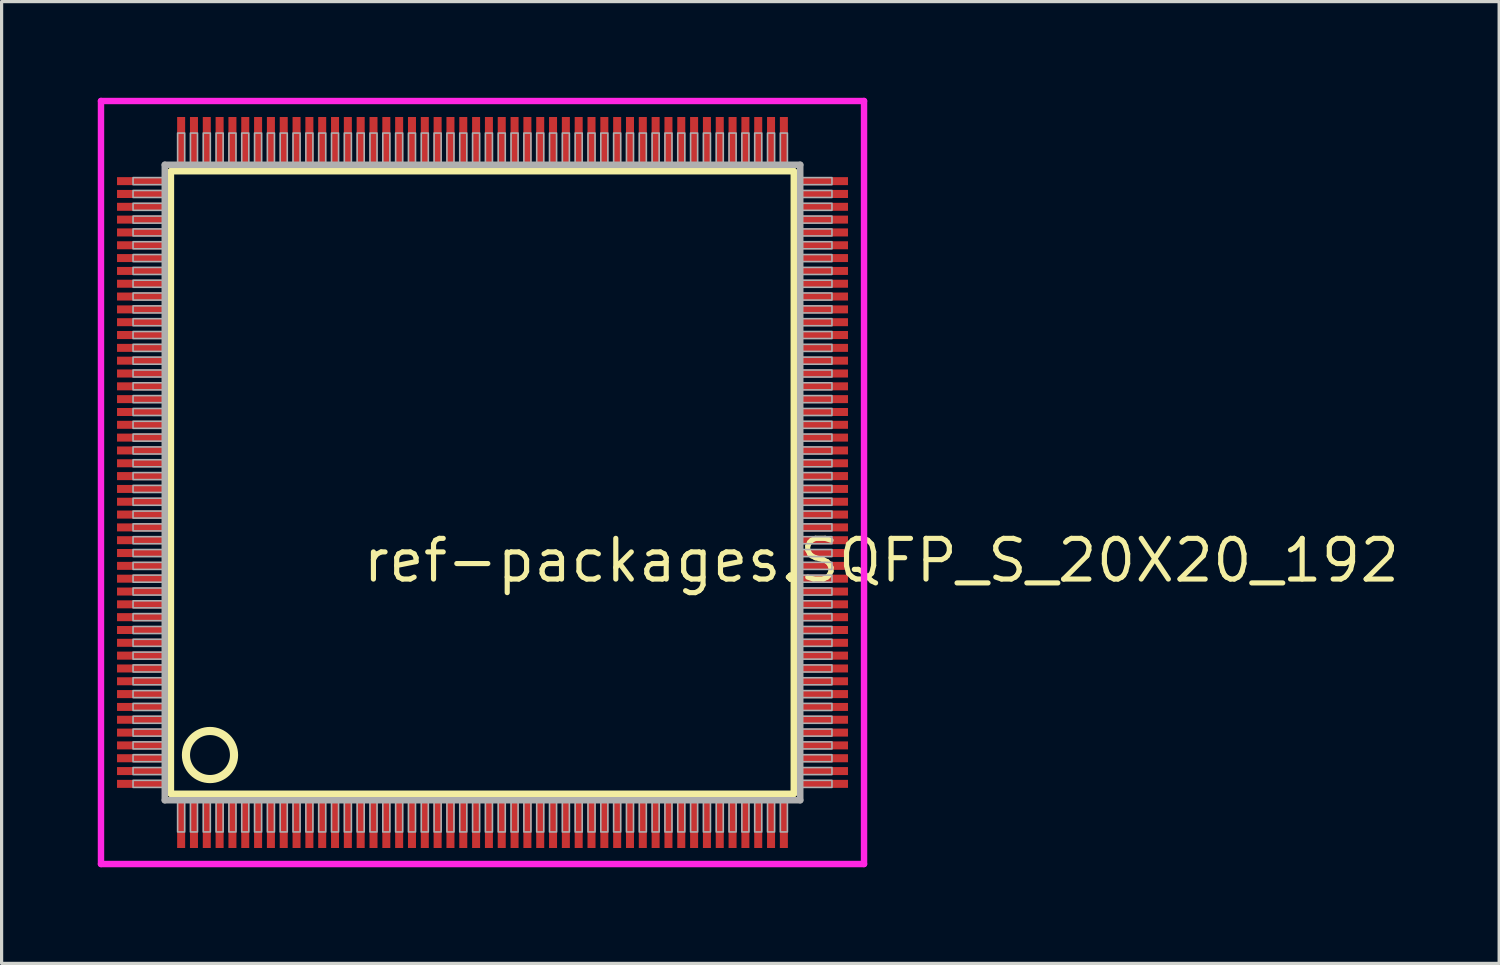
<source format=kicad_pcb>
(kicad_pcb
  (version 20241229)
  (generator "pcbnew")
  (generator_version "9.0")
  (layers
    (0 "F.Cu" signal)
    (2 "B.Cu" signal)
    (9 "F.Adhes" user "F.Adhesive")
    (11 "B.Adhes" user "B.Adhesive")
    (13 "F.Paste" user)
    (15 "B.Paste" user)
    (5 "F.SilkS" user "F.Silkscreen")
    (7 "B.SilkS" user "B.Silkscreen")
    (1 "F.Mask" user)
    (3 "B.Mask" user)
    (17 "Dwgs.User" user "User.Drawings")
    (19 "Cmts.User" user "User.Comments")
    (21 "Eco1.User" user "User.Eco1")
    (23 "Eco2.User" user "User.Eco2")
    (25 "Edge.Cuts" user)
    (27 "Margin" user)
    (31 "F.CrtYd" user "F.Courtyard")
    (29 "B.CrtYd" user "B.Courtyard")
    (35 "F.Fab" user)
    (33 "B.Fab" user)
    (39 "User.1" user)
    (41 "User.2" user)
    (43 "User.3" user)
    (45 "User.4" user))
  (footprint "ref-packages.SQFP_S_20X20_192"
    (layer "F.Cu")
    (at 12 12)
    (property "Reference" "ref-packages.SQFP_S_20X20_192" (at -3.81 3.175 0) (layer "F.SilkS") (effects (font (size 1.27 1.27) (thickness 0.16)) (justify left bottom)))
    (attr smd)
    (fp_line (start -9.72 -9.71) (end 9.71 -9.71) (stroke (width 0.203) (type default)) (layer "F.SilkS"))
    (fp_line (start -9.72 9.71) (end -9.72 -9.71) (stroke (width 0.203) (type default)) (layer "F.SilkS"))
    (fp_line (start 9.71 9.71) (end -9.72 9.71) (stroke (width 0.203) (type default)) (layer "F.SilkS"))
    (fp_line (start 9.71 -9.71) (end 9.71 9.71) (stroke (width 0.203) (type default)) (layer "F.SilkS"))
    (fp_circle (center -8.5 8.5) (end -7.75 8.5) (stroke (width 0.254) (type default)) (fill no) (layer "F.SilkS"))
    (fp_line (start -11.9 -11.9) (end 11.9 -11.9) (stroke (width 0.2) (type default)) (layer "F.CrtYd"))
    (fp_line (start -11.9 11.9) (end -11.9 -11.9) (stroke (width 0.2) (type default)) (layer "F.CrtYd"))
    (fp_line (start 11.9 -11.9) (end 11.9 11.9) (stroke (width 0.2) (type default)) (layer "F.CrtYd"))
    (fp_line (start 11.9 11.9) (end -11.9 11.9) (stroke (width 0.2) (type default)) (layer "F.CrtYd"))
    (fp_line (start -9.91 -9.91) (end -9.91 9.91) (stroke (width 0.203) (type default)) (layer "F.Fab"))
    (fp_line (start -9.91 9.91) (end 9.91 9.91) (stroke (width 0.203) (type default)) (layer "F.Fab"))
    (fp_line (start 9.91 -9.91) (end -9.91 -9.91) (stroke (width 0.203) (type default)) (layer "F.Fab"))
    (fp_line (start 9.91 9.91) (end 9.91 -9.91) (stroke (width 0.203) (type default)) (layer "F.Fab"))
    (fp_rect (start -10.9 -9.29) (end -9.95 -9.51) (stroke (width 0.05) (type default)) (fill no) (layer "F.Fab"))
    (fp_rect (start -10.9 -8.89) (end -9.95 -9.11) (stroke (width 0.05) (type default)) (fill no) (layer "F.Fab"))
    (fp_rect (start -10.9 -8.49) (end -9.95 -8.71) (stroke (width 0.05) (type default)) (fill no) (layer "F.Fab"))
    (fp_rect (start -10.9 -8.09) (end -9.95 -8.31) (stroke (width 0.05) (type default)) (fill no) (layer "F.Fab"))
    (fp_rect (start -10.9 -7.69) (end -9.95 -7.91) (stroke (width 0.05) (type default)) (fill no) (layer "F.Fab"))
    (fp_rect (start -10.9 -7.29) (end -9.95 -7.51) (stroke (width 0.05) (type default)) (fill no) (layer "F.Fab"))
    (fp_rect (start -10.9 -6.89) (end -9.95 -7.11) (stroke (width 0.05) (type default)) (fill no) (layer "F.Fab"))
    (fp_rect (start -10.9 -6.49) (end -9.95 -6.71) (stroke (width 0.05) (type default)) (fill no) (layer "F.Fab"))
    (fp_rect (start -10.9 -6.09) (end -9.95 -6.31) (stroke (width 0.05) (type default)) (fill no) (layer "F.Fab"))
    (fp_rect (start -10.9 -5.69) (end -9.95 -5.91) (stroke (width 0.05) (type default)) (fill no) (layer "F.Fab"))
    (fp_rect (start -10.9 -5.29) (end -9.95 -5.51) (stroke (width 0.05) (type default)) (fill no) (layer "F.Fab"))
    (fp_rect (start -10.9 -4.89) (end -9.95 -5.11) (stroke (width 0.05) (type default)) (fill no) (layer "F.Fab"))
    (fp_rect (start -10.9 -4.49) (end -9.95 -4.71) (stroke (width 0.05) (type default)) (fill no) (layer "F.Fab"))
    (fp_rect (start -10.9 -4.09) (end -9.95 -4.31) (stroke (width 0.05) (type default)) (fill no) (layer "F.Fab"))
    (fp_rect (start -10.9 -3.69) (end -9.95 -3.91) (stroke (width 0.05) (type default)) (fill no) (layer "F.Fab"))
    (fp_rect (start -10.9 -3.29) (end -9.95 -3.51) (stroke (width 0.05) (type default)) (fill no) (layer "F.Fab"))
    (fp_rect (start -10.9 -2.89) (end -9.95 -3.11) (stroke (width 0.05) (type default)) (fill no) (layer "F.Fab"))
    (fp_rect (start -10.9 -2.49) (end -9.95 -2.71) (stroke (width 0.05) (type default)) (fill no) (layer "F.Fab"))
    (fp_rect (start -10.9 -2.09) (end -9.95 -2.31) (stroke (width 0.05) (type default)) (fill no) (layer "F.Fab"))
    (fp_rect (start -10.9 -1.69) (end -9.95 -1.91) (stroke (width 0.05) (type default)) (fill no) (layer "F.Fab"))
    (fp_rect (start -10.9 -1.29) (end -9.95 -1.51) (stroke (width 0.05) (type default)) (fill no) (layer "F.Fab"))
    (fp_rect (start -10.9 -0.89) (end -9.95 -1.11) (stroke (width 0.05) (type default)) (fill no) (layer "F.Fab"))
    (fp_rect (start -10.9 -0.49) (end -9.95 -0.71) (stroke (width 0.05) (type default)) (fill no) (layer "F.Fab"))
    (fp_rect (start -10.9 -0.09) (end -9.95 -0.31) (stroke (width 0.05) (type default)) (fill no) (layer "F.Fab"))
    (fp_rect (start -10.9 0.31) (end -9.95 0.09) (stroke (width 0.05) (type default)) (fill no) (layer "F.Fab"))
    (fp_rect (start -10.9 0.71) (end -9.95 0.49) (stroke (width 0.05) (type default)) (fill no) (layer "F.Fab"))
    (fp_rect (start -10.9 1.11) (end -9.95 0.89) (stroke (width 0.05) (type default)) (fill no) (layer "F.Fab"))
    (fp_rect (start -10.9 1.51) (end -9.95 1.29) (stroke (width 0.05) (type default)) (fill no) (layer "F.Fab"))
    (fp_rect (start -10.9 1.91) (end -9.95 1.69) (stroke (width 0.05) (type default)) (fill no) (layer "F.Fab"))
    (fp_rect (start -10.9 2.31) (end -9.95 2.09) (stroke (width 0.05) (type default)) (fill no) (layer "F.Fab"))
    (fp_rect (start -10.9 2.71) (end -9.95 2.49) (stroke (width 0.05) (type default)) (fill no) (layer "F.Fab"))
    (fp_rect (start -10.9 3.11) (end -9.95 2.89) (stroke (width 0.05) (type default)) (fill no) (layer "F.Fab"))
    (fp_rect (start -10.9 3.51) (end -9.95 3.29) (stroke (width 0.05) (type default)) (fill no) (layer "F.Fab"))
    (fp_rect (start -10.9 3.91) (end -9.95 3.69) (stroke (width 0.05) (type default)) (fill no) (layer "F.Fab"))
    (fp_rect (start -10.9 4.31) (end -9.95 4.09) (stroke (width 0.05) (type default)) (fill no) (layer "F.Fab"))
    (fp_rect (start -10.9 4.71) (end -9.95 4.49) (stroke (width 0.05) (type default)) (fill no) (layer "F.Fab"))
    (fp_rect (start -10.9 5.11) (end -9.95 4.89) (stroke (width 0.05) (type default)) (fill no) (layer "F.Fab"))
    (fp_rect (start -10.9 5.51) (end -9.95 5.29) (stroke (width 0.05) (type default)) (fill no) (layer "F.Fab"))
    (fp_rect (start -10.9 5.91) (end -9.95 5.69) (stroke (width 0.05) (type default)) (fill no) (layer "F.Fab"))
    (fp_rect (start -10.9 6.31) (end -9.95 6.09) (stroke (width 0.05) (type default)) (fill no) (layer "F.Fab"))
    (fp_rect (start -10.9 6.71) (end -9.95 6.49) (stroke (width 0.05) (type default)) (fill no) (layer "F.Fab"))
    (fp_rect (start -10.9 7.11) (end -9.95 6.89) (stroke (width 0.05) (type default)) (fill no) (layer "F.Fab"))
    (fp_rect (start -10.9 7.51) (end -9.95 7.29) (stroke (width 0.05) (type default)) (fill no) (layer "F.Fab"))
    (fp_rect (start -10.9 7.91) (end -9.95 7.69) (stroke (width 0.05) (type default)) (fill no) (layer "F.Fab"))
    (fp_rect (start -10.9 8.31) (end -9.95 8.09) (stroke (width 0.05) (type default)) (fill no) (layer "F.Fab"))
    (fp_rect (start -10.9 8.71) (end -9.95 8.49) (stroke (width 0.05) (type default)) (fill no) (layer "F.Fab"))
    (fp_rect (start -10.9 9.11) (end -9.95 8.89) (stroke (width 0.05) (type default)) (fill no) (layer "F.Fab"))
    (fp_rect (start -10.9 9.51) (end -9.95 9.29) (stroke (width 0.05) (type default)) (fill no) (layer "F.Fab"))
    (fp_rect (start -9.51 -9.95) (end -9.29 -10.9) (stroke (width 0.05) (type default)) (fill no) (layer "F.Fab"))
    (fp_rect (start -9.51 10.9) (end -9.29 9.95) (stroke (width 0.05) (type default)) (fill no) (layer "F.Fab"))
    (fp_rect (start -9.11 -9.95) (end -8.89 -10.9) (stroke (width 0.05) (type default)) (fill no) (layer "F.Fab"))
    (fp_rect (start -9.11 10.9) (end -8.89 9.95) (stroke (width 0.05) (type default)) (fill no) (layer "F.Fab"))
    (fp_rect (start -8.71 -9.95) (end -8.49 -10.9) (stroke (width 0.05) (type default)) (fill no) (layer "F.Fab"))
    (fp_rect (start -8.71 10.9) (end -8.49 9.95) (stroke (width 0.05) (type default)) (fill no) (layer "F.Fab"))
    (fp_rect (start -8.31 -9.95) (end -8.09 -10.9) (stroke (width 0.05) (type default)) (fill no) (layer "F.Fab"))
    (fp_rect (start -8.31 10.9) (end -8.09 9.95) (stroke (width 0.05) (type default)) (fill no) (layer "F.Fab"))
    (fp_rect (start -7.91 -9.95) (end -7.69 -10.9) (stroke (width 0.05) (type default)) (fill no) (layer "F.Fab"))
    (fp_rect (start -7.91 10.9) (end -7.69 9.95) (stroke (width 0.05) (type default)) (fill no) (layer "F.Fab"))
    (fp_rect (start -7.51 -9.95) (end -7.29 -10.9) (stroke (width 0.05) (type default)) (fill no) (layer "F.Fab"))
    (fp_rect (start -7.51 10.9) (end -7.29 9.95) (stroke (width 0.05) (type default)) (fill no) (layer "F.Fab"))
    (fp_rect (start -7.11 -9.95) (end -6.89 -10.9) (stroke (width 0.05) (type default)) (fill no) (layer "F.Fab"))
    (fp_rect (start -7.11 10.9) (end -6.89 9.95) (stroke (width 0.05) (type default)) (fill no) (layer "F.Fab"))
    (fp_rect (start -6.71 -9.95) (end -6.49 -10.9) (stroke (width 0.05) (type default)) (fill no) (layer "F.Fab"))
    (fp_rect (start -6.71 10.9) (end -6.49 9.95) (stroke (width 0.05) (type default)) (fill no) (layer "F.Fab"))
    (fp_rect (start -6.31 -9.95) (end -6.09 -10.9) (stroke (width 0.05) (type default)) (fill no) (layer "F.Fab"))
    (fp_rect (start -6.31 10.9) (end -6.09 9.95) (stroke (width 0.05) (type default)) (fill no) (layer "F.Fab"))
    (fp_rect (start -5.91 -9.95) (end -5.69 -10.9) (stroke (width 0.05) (type default)) (fill no) (layer "F.Fab"))
    (fp_rect (start -5.91 10.9) (end -5.69 9.95) (stroke (width 0.05) (type default)) (fill no) (layer "F.Fab"))
    (fp_rect (start -5.51 -9.95) (end -5.29 -10.9) (stroke (width 0.05) (type default)) (fill no) (layer "F.Fab"))
    (fp_rect (start -5.51 10.9) (end -5.29 9.95) (stroke (width 0.05) (type default)) (fill no) (layer "F.Fab"))
    (fp_rect (start -5.11 -9.95) (end -4.89 -10.9) (stroke (width 0.05) (type default)) (fill no) (layer "F.Fab"))
    (fp_rect (start -5.11 10.9) (end -4.89 9.95) (stroke (width 0.05) (type default)) (fill no) (layer "F.Fab"))
    (fp_rect (start -4.71 -9.95) (end -4.49 -10.9) (stroke (width 0.05) (type default)) (fill no) (layer "F.Fab"))
    (fp_rect (start -4.71 10.9) (end -4.49 9.95) (stroke (width 0.05) (type default)) (fill no) (layer "F.Fab"))
    (fp_rect (start -4.31 -9.95) (end -4.09 -10.9) (stroke (width 0.05) (type default)) (fill no) (layer "F.Fab"))
    (fp_rect (start -4.31 10.9) (end -4.09 9.95) (stroke (width 0.05) (type default)) (fill no) (layer "F.Fab"))
    (fp_rect (start -3.91 -9.95) (end -3.69 -10.9) (stroke (width 0.05) (type default)) (fill no) (layer "F.Fab"))
    (fp_rect (start -3.91 10.9) (end -3.69 9.95) (stroke (width 0.05) (type default)) (fill no) (layer "F.Fab"))
    (fp_rect (start -3.51 -9.95) (end -3.29 -10.9) (stroke (width 0.05) (type default)) (fill no) (layer "F.Fab"))
    (fp_rect (start -3.51 10.9) (end -3.29 9.95) (stroke (width 0.05) (type default)) (fill no) (layer "F.Fab"))
    (fp_rect (start -3.11 -9.95) (end -2.89 -10.9) (stroke (width 0.05) (type default)) (fill no) (layer "F.Fab"))
    (fp_rect (start -3.11 10.9) (end -2.89 9.95) (stroke (width 0.05) (type default)) (fill no) (layer "F.Fab"))
    (fp_rect (start -2.71 -9.95) (end -2.49 -10.9) (stroke (width 0.05) (type default)) (fill no) (layer "F.Fab"))
    (fp_rect (start -2.71 10.9) (end -2.49 9.95) (stroke (width 0.05) (type default)) (fill no) (layer "F.Fab"))
    (fp_rect (start -2.31 -9.95) (end -2.09 -10.9) (stroke (width 0.05) (type default)) (fill no) (layer "F.Fab"))
    (fp_rect (start -2.31 10.9) (end -2.09 9.95) (stroke (width 0.05) (type default)) (fill no) (layer "F.Fab"))
    (fp_rect (start -1.91 -9.95) (end -1.69 -10.9) (stroke (width 0.05) (type default)) (fill no) (layer "F.Fab"))
    (fp_rect (start -1.91 10.9) (end -1.69 9.95) (stroke (width 0.05) (type default)) (fill no) (layer "F.Fab"))
    (fp_rect (start -1.51 -9.95) (end -1.29 -10.9) (stroke (width 0.05) (type default)) (fill no) (layer "F.Fab"))
    (fp_rect (start -1.51 10.9) (end -1.29 9.95) (stroke (width 0.05) (type default)) (fill no) (layer "F.Fab"))
    (fp_rect (start -1.11 -9.95) (end -0.89 -10.9) (stroke (width 0.05) (type default)) (fill no) (layer "F.Fab"))
    (fp_rect (start -1.11 10.9) (end -0.89 9.95) (stroke (width 0.05) (type default)) (fill no) (layer "F.Fab"))
    (fp_rect (start -0.71 -9.95) (end -0.49 -10.9) (stroke (width 0.05) (type default)) (fill no) (layer "F.Fab"))
    (fp_rect (start -0.71 10.9) (end -0.49 9.95) (stroke (width 0.05) (type default)) (fill no) (layer "F.Fab"))
    (fp_rect (start -0.31 -9.95) (end -0.09 -10.9) (stroke (width 0.05) (type default)) (fill no) (layer "F.Fab"))
    (fp_rect (start -0.31 10.9) (end -0.09 9.95) (stroke (width 0.05) (type default)) (fill no) (layer "F.Fab"))
    (fp_rect (start 0.09 -9.95) (end 0.31 -10.9) (stroke (width 0.05) (type default)) (fill no) (layer "F.Fab"))
    (fp_rect (start 0.09 10.9) (end 0.31 9.95) (stroke (width 0.05) (type default)) (fill no) (layer "F.Fab"))
    (fp_rect (start 0.49 -9.95) (end 0.71 -10.9) (stroke (width 0.05) (type default)) (fill no) (layer "F.Fab"))
    (fp_rect (start 0.49 10.9) (end 0.71 9.95) (stroke (width 0.05) (type default)) (fill no) (layer "F.Fab"))
    (fp_rect (start 0.89 -9.95) (end 1.11 -10.9) (stroke (width 0.05) (type default)) (fill no) (layer "F.Fab"))
    (fp_rect (start 0.89 10.9) (end 1.11 9.95) (stroke (width 0.05) (type default)) (fill no) (layer "F.Fab"))
    (fp_rect (start 1.29 -9.95) (end 1.51 -10.9) (stroke (width 0.05) (type default)) (fill no) (layer "F.Fab"))
    (fp_rect (start 1.29 10.9) (end 1.51 9.95) (stroke (width 0.05) (type default)) (fill no) (layer "F.Fab"))
    (fp_rect (start 1.69 -9.95) (end 1.91 -10.9) (stroke (width 0.05) (type default)) (fill no) (layer "F.Fab"))
    (fp_rect (start 1.69 10.9) (end 1.91 9.95) (stroke (width 0.05) (type default)) (fill no) (layer "F.Fab"))
    (fp_rect (start 2.09 -9.95) (end 2.31 -10.9) (stroke (width 0.05) (type default)) (fill no) (layer "F.Fab"))
    (fp_rect (start 2.09 10.9) (end 2.31 9.95) (stroke (width 0.05) (type default)) (fill no) (layer "F.Fab"))
    (fp_rect (start 2.49 -9.95) (end 2.71 -10.9) (stroke (width 0.05) (type default)) (fill no) (layer "F.Fab"))
    (fp_rect (start 2.49 10.9) (end 2.71 9.95) (stroke (width 0.05) (type default)) (fill no) (layer "F.Fab"))
    (fp_rect (start 2.89 -9.95) (end 3.11 -10.9) (stroke (width 0.05) (type default)) (fill no) (layer "F.Fab"))
    (fp_rect (start 2.89 10.9) (end 3.11 9.95) (stroke (width 0.05) (type default)) (fill no) (layer "F.Fab"))
    (fp_rect (start 3.29 -9.95) (end 3.51 -10.9) (stroke (width 0.05) (type default)) (fill no) (layer "F.Fab"))
    (fp_rect (start 3.29 10.9) (end 3.51 9.95) (stroke (width 0.05) (type default)) (fill no) (layer "F.Fab"))
    (fp_rect (start 3.69 -9.95) (end 3.91 -10.9) (stroke (width 0.05) (type default)) (fill no) (layer "F.Fab"))
    (fp_rect (start 3.69 10.9) (end 3.91 9.95) (stroke (width 0.05) (type default)) (fill no) (layer "F.Fab"))
    (fp_rect (start 4.09 -9.95) (end 4.31 -10.9) (stroke (width 0.05) (type default)) (fill no) (layer "F.Fab"))
    (fp_rect (start 4.09 10.9) (end 4.31 9.95) (stroke (width 0.05) (type default)) (fill no) (layer "F.Fab"))
    (fp_rect (start 4.49 -9.95) (end 4.71 -10.9) (stroke (width 0.05) (type default)) (fill no) (layer "F.Fab"))
    (fp_rect (start 4.49 10.9) (end 4.71 9.95) (stroke (width 0.05) (type default)) (fill no) (layer "F.Fab"))
    (fp_rect (start 4.89 -9.95) (end 5.11 -10.9) (stroke (width 0.05) (type default)) (fill no) (layer "F.Fab"))
    (fp_rect (start 4.89 10.9) (end 5.11 9.95) (stroke (width 0.05) (type default)) (fill no) (layer "F.Fab"))
    (fp_rect (start 5.29 -9.95) (end 5.51 -10.9) (stroke (width 0.05) (type default)) (fill no) (layer "F.Fab"))
    (fp_rect (start 5.29 10.9) (end 5.51 9.95) (stroke (width 0.05) (type default)) (fill no) (layer "F.Fab"))
    (fp_rect (start 5.69 -9.95) (end 5.91 -10.9) (stroke (width 0.05) (type default)) (fill no) (layer "F.Fab"))
    (fp_rect (start 5.69 10.9) (end 5.91 9.95) (stroke (width 0.05) (type default)) (fill no) (layer "F.Fab"))
    (fp_rect (start 6.09 -9.95) (end 6.31 -10.9) (stroke (width 0.05) (type default)) (fill no) (layer "F.Fab"))
    (fp_rect (start 6.09 10.9) (end 6.31 9.95) (stroke (width 0.05) (type default)) (fill no) (layer "F.Fab"))
    (fp_rect (start 6.49 -9.95) (end 6.71 -10.9) (stroke (width 0.05) (type default)) (fill no) (layer "F.Fab"))
    (fp_rect (start 6.49 10.9) (end 6.71 9.95) (stroke (width 0.05) (type default)) (fill no) (layer "F.Fab"))
    (fp_rect (start 6.89 -9.95) (end 7.11 -10.9) (stroke (width 0.05) (type default)) (fill no) (layer "F.Fab"))
    (fp_rect (start 6.89 10.9) (end 7.11 9.95) (stroke (width 0.05) (type default)) (fill no) (layer "F.Fab"))
    (fp_rect (start 7.29 -9.95) (end 7.51 -10.9) (stroke (width 0.05) (type default)) (fill no) (layer "F.Fab"))
    (fp_rect (start 7.29 10.9) (end 7.51 9.95) (stroke (width 0.05) (type default)) (fill no) (layer "F.Fab"))
    (fp_rect (start 7.69 -9.95) (end 7.91 -10.9) (stroke (width 0.05) (type default)) (fill no) (layer "F.Fab"))
    (fp_rect (start 7.69 10.9) (end 7.91 9.95) (stroke (width 0.05) (type default)) (fill no) (layer "F.Fab"))
    (fp_rect (start 8.09 -9.95) (end 8.31 -10.9) (stroke (width 0.05) (type default)) (fill no) (layer "F.Fab"))
    (fp_rect (start 8.09 10.9) (end 8.31 9.95) (stroke (width 0.05) (type default)) (fill no) (layer "F.Fab"))
    (fp_rect (start 8.49 -9.95) (end 8.71 -10.9) (stroke (width 0.05) (type default)) (fill no) (layer "F.Fab"))
    (fp_rect (start 8.49 10.9) (end 8.71 9.95) (stroke (width 0.05) (type default)) (fill no) (layer "F.Fab"))
    (fp_rect (start 8.89 -9.95) (end 9.11 -10.9) (stroke (width 0.05) (type default)) (fill no) (layer "F.Fab"))
    (fp_rect (start 8.89 10.9) (end 9.11 9.95) (stroke (width 0.05) (type default)) (fill no) (layer "F.Fab"))
    (fp_rect (start 9.29 -9.95) (end 9.51 -10.9) (stroke (width 0.05) (type default)) (fill no) (layer "F.Fab"))
    (fp_rect (start 9.29 10.9) (end 9.51 9.95) (stroke (width 0.05) (type default)) (fill no) (layer "F.Fab"))
    (fp_rect (start 9.95 -9.29) (end 10.9 -9.51) (stroke (width 0.05) (type default)) (fill no) (layer "F.Fab"))
    (fp_rect (start 9.95 -8.89) (end 10.9 -9.11) (stroke (width 0.05) (type default)) (fill no) (layer "F.Fab"))
    (fp_rect (start 9.95 -8.49) (end 10.9 -8.71) (stroke (width 0.05) (type default)) (fill no) (layer "F.Fab"))
    (fp_rect (start 9.95 -8.09) (end 10.9 -8.31) (stroke (width 0.05) (type default)) (fill no) (layer "F.Fab"))
    (fp_rect (start 9.95 -7.69) (end 10.9 -7.91) (stroke (width 0.05) (type default)) (fill no) (layer "F.Fab"))
    (fp_rect (start 9.95 -7.29) (end 10.9 -7.51) (stroke (width 0.05) (type default)) (fill no) (layer "F.Fab"))
    (fp_rect (start 9.95 -6.89) (end 10.9 -7.11) (stroke (width 0.05) (type default)) (fill no) (layer "F.Fab"))
    (fp_rect (start 9.95 -6.49) (end 10.9 -6.71) (stroke (width 0.05) (type default)) (fill no) (layer "F.Fab"))
    (fp_rect (start 9.95 -6.09) (end 10.9 -6.31) (stroke (width 0.05) (type default)) (fill no) (layer "F.Fab"))
    (fp_rect (start 9.95 -5.69) (end 10.9 -5.91) (stroke (width 0.05) (type default)) (fill no) (layer "F.Fab"))
    (fp_rect (start 9.95 -5.29) (end 10.9 -5.51) (stroke (width 0.05) (type default)) (fill no) (layer "F.Fab"))
    (fp_rect (start 9.95 -4.89) (end 10.9 -5.11) (stroke (width 0.05) (type default)) (fill no) (layer "F.Fab"))
    (fp_rect (start 9.95 -4.49) (end 10.9 -4.71) (stroke (width 0.05) (type default)) (fill no) (layer "F.Fab"))
    (fp_rect (start 9.95 -4.09) (end 10.9 -4.31) (stroke (width 0.05) (type default)) (fill no) (layer "F.Fab"))
    (fp_rect (start 9.95 -3.69) (end 10.9 -3.91) (stroke (width 0.05) (type default)) (fill no) (layer "F.Fab"))
    (fp_rect (start 9.95 -3.29) (end 10.9 -3.51) (stroke (width 0.05) (type default)) (fill no) (layer "F.Fab"))
    (fp_rect (start 9.95 -2.89) (end 10.9 -3.11) (stroke (width 0.05) (type default)) (fill no) (layer "F.Fab"))
    (fp_rect (start 9.95 -2.49) (end 10.9 -2.71) (stroke (width 0.05) (type default)) (fill no) (layer "F.Fab"))
    (fp_rect (start 9.95 -2.09) (end 10.9 -2.31) (stroke (width 0.05) (type default)) (fill no) (layer "F.Fab"))
    (fp_rect (start 9.95 -1.69) (end 10.9 -1.91) (stroke (width 0.05) (type default)) (fill no) (layer "F.Fab"))
    (fp_rect (start 9.95 -1.29) (end 10.9 -1.51) (stroke (width 0.05) (type default)) (fill no) (layer "F.Fab"))
    (fp_rect (start 9.95 -0.89) (end 10.9 -1.11) (stroke (width 0.05) (type default)) (fill no) (layer "F.Fab"))
    (fp_rect (start 9.95 -0.49) (end 10.9 -0.71) (stroke (width 0.05) (type default)) (fill no) (layer "F.Fab"))
    (fp_rect (start 9.95 -0.09) (end 10.9 -0.31) (stroke (width 0.05) (type default)) (fill no) (layer "F.Fab"))
    (fp_rect (start 9.95 0.31) (end 10.9 0.09) (stroke (width 0.05) (type default)) (fill no) (layer "F.Fab"))
    (fp_rect (start 9.95 0.71) (end 10.9 0.49) (stroke (width 0.05) (type default)) (fill no) (layer "F.Fab"))
    (fp_rect (start 9.95 1.11) (end 10.9 0.89) (stroke (width 0.05) (type default)) (fill no) (layer "F.Fab"))
    (fp_rect (start 9.95 1.51) (end 10.9 1.29) (stroke (width 0.05) (type default)) (fill no) (layer "F.Fab"))
    (fp_rect (start 9.95 1.91) (end 10.9 1.69) (stroke (width 0.05) (type default)) (fill no) (layer "F.Fab"))
    (fp_rect (start 9.95 2.31) (end 10.9 2.09) (stroke (width 0.05) (type default)) (fill no) (layer "F.Fab"))
    (fp_rect (start 9.95 2.71) (end 10.9 2.49) (stroke (width 0.05) (type default)) (fill no) (layer "F.Fab"))
    (fp_rect (start 9.95 3.11) (end 10.9 2.89) (stroke (width 0.05) (type default)) (fill no) (layer "F.Fab"))
    (fp_rect (start 9.95 3.51) (end 10.9 3.29) (stroke (width 0.05) (type default)) (fill no) (layer "F.Fab"))
    (fp_rect (start 9.95 3.91) (end 10.9 3.69) (stroke (width 0.05) (type default)) (fill no) (layer "F.Fab"))
    (fp_rect (start 9.95 4.31) (end 10.9 4.09) (stroke (width 0.05) (type default)) (fill no) (layer "F.Fab"))
    (fp_rect (start 9.95 4.71) (end 10.9 4.49) (stroke (width 0.05) (type default)) (fill no) (layer "F.Fab"))
    (fp_rect (start 9.95 5.11) (end 10.9 4.89) (stroke (width 0.05) (type default)) (fill no) (layer "F.Fab"))
    (fp_rect (start 9.95 5.51) (end 10.9 5.29) (stroke (width 0.05) (type default)) (fill no) (layer "F.Fab"))
    (fp_rect (start 9.95 5.91) (end 10.9 5.69) (stroke (width 0.05) (type default)) (fill no) (layer "F.Fab"))
    (fp_rect (start 9.95 6.31) (end 10.9 6.09) (stroke (width 0.05) (type default)) (fill no) (layer "F.Fab"))
    (fp_rect (start 9.95 6.71) (end 10.9 6.49) (stroke (width 0.05) (type default)) (fill no) (layer "F.Fab"))
    (fp_rect (start 9.95 7.11) (end 10.9 6.89) (stroke (width 0.05) (type default)) (fill no) (layer "F.Fab"))
    (fp_rect (start 9.95 7.51) (end 10.9 7.29) (stroke (width 0.05) (type default)) (fill no) (layer "F.Fab"))
    (fp_rect (start 9.95 7.91) (end 10.9 7.69) (stroke (width 0.05) (type default)) (fill no) (layer "F.Fab"))
    (fp_rect (start 9.95 8.31) (end 10.9 8.09) (stroke (width 0.05) (type default)) (fill no) (layer "F.Fab"))
    (fp_rect (start 9.95 8.71) (end 10.9 8.49) (stroke (width 0.05) (type default)) (fill no) (layer "F.Fab"))
    (fp_rect (start 9.95 9.11) (end 10.9 8.89) (stroke (width 0.05) (type default)) (fill no) (layer "F.Fab"))
    (fp_rect (start 9.95 9.51) (end 10.9 9.29) (stroke (width 0.05) (type default)) (fill no) (layer "F.Fab"))
    (pad "1" smd roundrect (at -9.4 10.6) (size 0.25 1.6) (layers "F.Cu" "F.Mask" "F.Paste") (roundrect_rratio 0.01))
    (pad "2" smd roundrect (at -9 10.6) (size 0.25 1.6) (layers "F.Cu" "F.Mask" "F.Paste") (roundrect_rratio 0.01))
    (pad "3" smd roundrect (at -8.6 10.6) (size 0.25 1.6) (layers "F.Cu" "F.Mask" "F.Paste") (roundrect_rratio 0.01))
    (pad "4" smd roundrect (at -8.2 10.6) (size 0.25 1.6) (layers "F.Cu" "F.Mask" "F.Paste") (roundrect_rratio 0.01))
    (pad "5" smd roundrect (at -7.8 10.6) (size 0.25 1.6) (layers "F.Cu" "F.Mask" "F.Paste") (roundrect_rratio 0.01))
    (pad "6" smd roundrect (at -7.4 10.6) (size 0.25 1.6) (layers "F.Cu" "F.Mask" "F.Paste") (roundrect_rratio 0.01))
    (pad "7" smd roundrect (at -7 10.6) (size 0.25 1.6) (layers "F.Cu" "F.Mask" "F.Paste") (roundrect_rratio 0.01))
    (pad "8" smd roundrect (at -6.6 10.6) (size 0.25 1.6) (layers "F.Cu" "F.Mask" "F.Paste") (roundrect_rratio 0.01))
    (pad "9" smd roundrect (at -6.2 10.6) (size 0.25 1.6) (layers "F.Cu" "F.Mask" "F.Paste") (roundrect_rratio 0.01))
    (pad "10" smd roundrect (at -5.8 10.6) (size 0.25 1.6) (layers "F.Cu" "F.Mask" "F.Paste") (roundrect_rratio 0.01))
    (pad "11" smd roundrect (at -5.4 10.6) (size 0.25 1.6) (layers "F.Cu" "F.Mask" "F.Paste") (roundrect_rratio 0.01))
    (pad "12" smd roundrect (at -5 10.6) (size 0.25 1.6) (layers "F.Cu" "F.Mask" "F.Paste") (roundrect_rratio 0.01))
    (pad "13" smd roundrect (at -4.6 10.6) (size 0.25 1.6) (layers "F.Cu" "F.Mask" "F.Paste") (roundrect_rratio 0.01))
    (pad "14" smd roundrect (at -4.2 10.6) (size 0.25 1.6) (layers "F.Cu" "F.Mask" "F.Paste") (roundrect_rratio 0.01))
    (pad "15" smd roundrect (at -3.8 10.6) (size 0.25 1.6) (layers "F.Cu" "F.Mask" "F.Paste") (roundrect_rratio 0.01))
    (pad "16" smd roundrect (at -3.4 10.6) (size 0.25 1.6) (layers "F.Cu" "F.Mask" "F.Paste") (roundrect_rratio 0.01))
    (pad "17" smd roundrect (at -3 10.6) (size 0.25 1.6) (layers "F.Cu" "F.Mask" "F.Paste") (roundrect_rratio 0.01))
    (pad "18" smd roundrect (at -2.6 10.6) (size 0.25 1.6) (layers "F.Cu" "F.Mask" "F.Paste") (roundrect_rratio 0.01))
    (pad "19" smd roundrect (at -2.2 10.6) (size 0.25 1.6) (layers "F.Cu" "F.Mask" "F.Paste") (roundrect_rratio 0.01))
    (pad "20" smd roundrect (at -1.8 10.6) (size 0.25 1.6) (layers "F.Cu" "F.Mask" "F.Paste") (roundrect_rratio 0.01))
    (pad "21" smd roundrect (at -1.4 10.6) (size 0.25 1.6) (layers "F.Cu" "F.Mask" "F.Paste") (roundrect_rratio 0.01))
    (pad "22" smd roundrect (at -1 10.6) (size 0.25 1.6) (layers "F.Cu" "F.Mask" "F.Paste") (roundrect_rratio 0.01))
    (pad "23" smd roundrect (at -0.6 10.6) (size 0.25 1.6) (layers "F.Cu" "F.Mask" "F.Paste") (roundrect_rratio 0.01))
    (pad "24" smd roundrect (at -0.2 10.6) (size 0.25 1.6) (layers "F.Cu" "F.Mask" "F.Paste") (roundrect_rratio 0.01))
    (pad "25" smd roundrect (at 0.2 10.6) (size 0.25 1.6) (layers "F.Cu" "F.Mask" "F.Paste") (roundrect_rratio 0.01))
    (pad "26" smd roundrect (at 0.6 10.6) (size 0.25 1.6) (layers "F.Cu" "F.Mask" "F.Paste") (roundrect_rratio 0.01))
    (pad "27" smd roundrect (at 1 10.6) (size 0.25 1.6) (layers "F.Cu" "F.Mask" "F.Paste") (roundrect_rratio 0.01))
    (pad "28" smd roundrect (at 1.4 10.6) (size 0.25 1.6) (layers "F.Cu" "F.Mask" "F.Paste") (roundrect_rratio 0.01))
    (pad "29" smd roundrect (at 1.8 10.6) (size 0.25 1.6) (layers "F.Cu" "F.Mask" "F.Paste") (roundrect_rratio 0.01))
    (pad "30" smd roundrect (at 2.2 10.6) (size 0.25 1.6) (layers "F.Cu" "F.Mask" "F.Paste") (roundrect_rratio 0.01))
    (pad "31" smd roundrect (at 2.6 10.6) (size 0.25 1.6) (layers "F.Cu" "F.Mask" "F.Paste") (roundrect_rratio 0.01))
    (pad "32" smd roundrect (at 3 10.6) (size 0.25 1.6) (layers "F.Cu" "F.Mask" "F.Paste") (roundrect_rratio 0.01))
    (pad "33" smd roundrect (at 3.4 10.6) (size 0.25 1.6) (layers "F.Cu" "F.Mask" "F.Paste") (roundrect_rratio 0.01))
    (pad "34" smd roundrect (at 3.8 10.6) (size 0.25 1.6) (layers "F.Cu" "F.Mask" "F.Paste") (roundrect_rratio 0.01))
    (pad "35" smd roundrect (at 4.2 10.6) (size 0.25 1.6) (layers "F.Cu" "F.Mask" "F.Paste") (roundrect_rratio 0.01))
    (pad "36" smd roundrect (at 4.6 10.6) (size 0.25 1.6) (layers "F.Cu" "F.Mask" "F.Paste") (roundrect_rratio 0.01))
    (pad "37" smd roundrect (at 5 10.6) (size 0.25 1.6) (layers "F.Cu" "F.Mask" "F.Paste") (roundrect_rratio 0.01))
    (pad "38" smd roundrect (at 5.4 10.6) (size 0.25 1.6) (layers "F.Cu" "F.Mask" "F.Paste") (roundrect_rratio 0.01))
    (pad "39" smd roundrect (at 5.8 10.6) (size 0.25 1.6) (layers "F.Cu" "F.Mask" "F.Paste") (roundrect_rratio 0.01))
    (pad "40" smd roundrect (at 6.2 10.6) (size 0.25 1.6) (layers "F.Cu" "F.Mask" "F.Paste") (roundrect_rratio 0.01))
    (pad "41" smd roundrect (at 6.6 10.6) (size 0.25 1.6) (layers "F.Cu" "F.Mask" "F.Paste") (roundrect_rratio 0.01))
    (pad "42" smd roundrect (at 7 10.6) (size 0.25 1.6) (layers "F.Cu" "F.Mask" "F.Paste") (roundrect_rratio 0.01))
    (pad "43" smd roundrect (at 7.4 10.6) (size 0.25 1.6) (layers "F.Cu" "F.Mask" "F.Paste") (roundrect_rratio 0.01))
    (pad "44" smd roundrect (at 7.8 10.6) (size 0.25 1.6) (layers "F.Cu" "F.Mask" "F.Paste") (roundrect_rratio 0.01))
    (pad "45" smd roundrect (at 8.2 10.6) (size 0.25 1.6) (layers "F.Cu" "F.Mask" "F.Paste") (roundrect_rratio 0.01))
    (pad "46" smd roundrect (at 8.6 10.6) (size 0.25 1.6) (layers "F.Cu" "F.Mask" "F.Paste") (roundrect_rratio 0.01))
    (pad "47" smd roundrect (at 9 10.6) (size 0.25 1.6) (layers "F.Cu" "F.Mask" "F.Paste") (roundrect_rratio 0.01))
    (pad "48" smd roundrect (at 9.4 10.6) (size 0.25 1.6) (layers "F.Cu" "F.Mask" "F.Paste") (roundrect_rratio 0.01))
    (pad "49" smd roundrect (at 10.6 9.4) (size 1.6 0.25) (layers "F.Cu" "F.Mask" "F.Paste") (roundrect_rratio 0.01))
    (pad "50" smd roundrect (at 10.6 9) (size 1.6 0.25) (layers "F.Cu" "F.Mask" "F.Paste") (roundrect_rratio 0.01))
    (pad "51" smd roundrect (at 10.6 8.6) (size 1.6 0.25) (layers "F.Cu" "F.Mask" "F.Paste") (roundrect_rratio 0.01))
    (pad "52" smd roundrect (at 10.6 8.2) (size 1.6 0.25) (layers "F.Cu" "F.Mask" "F.Paste") (roundrect_rratio 0.01))
    (pad "53" smd roundrect (at 10.6 7.8) (size 1.6 0.25) (layers "F.Cu" "F.Mask" "F.Paste") (roundrect_rratio 0.01))
    (pad "54" smd roundrect (at 10.6 7.4) (size 1.6 0.25) (layers "F.Cu" "F.Mask" "F.Paste") (roundrect_rratio 0.01))
    (pad "55" smd roundrect (at 10.6 7) (size 1.6 0.25) (layers "F.Cu" "F.Mask" "F.Paste") (roundrect_rratio 0.01))
    (pad "56" smd roundrect (at 10.6 6.6) (size 1.6 0.25) (layers "F.Cu" "F.Mask" "F.Paste") (roundrect_rratio 0.01))
    (pad "57" smd roundrect (at 10.6 6.2) (size 1.6 0.25) (layers "F.Cu" "F.Mask" "F.Paste") (roundrect_rratio 0.01))
    (pad "58" smd roundrect (at 10.6 5.8) (size 1.6 0.25) (layers "F.Cu" "F.Mask" "F.Paste") (roundrect_rratio 0.01))
    (pad "59" smd roundrect (at 10.6 5.4) (size 1.6 0.25) (layers "F.Cu" "F.Mask" "F.Paste") (roundrect_rratio 0.01))
    (pad "60" smd roundrect (at 10.6 5) (size 1.6 0.25) (layers "F.Cu" "F.Mask" "F.Paste") (roundrect_rratio 0.01))
    (pad "61" smd roundrect (at 10.6 4.6) (size 1.6 0.25) (layers "F.Cu" "F.Mask" "F.Paste") (roundrect_rratio 0.01))
    (pad "62" smd roundrect (at 10.6 4.2) (size 1.6 0.25) (layers "F.Cu" "F.Mask" "F.Paste") (roundrect_rratio 0.01))
    (pad "63" smd roundrect (at 10.6 3.8) (size 1.6 0.25) (layers "F.Cu" "F.Mask" "F.Paste") (roundrect_rratio 0.01))
    (pad "64" smd roundrect (at 10.6 3.4) (size 1.6 0.25) (layers "F.Cu" "F.Mask" "F.Paste") (roundrect_rratio 0.01))
    (pad "65" smd roundrect (at 10.6 3) (size 1.6 0.25) (layers "F.Cu" "F.Mask" "F.Paste") (roundrect_rratio 0.01))
    (pad "66" smd roundrect (at 10.6 2.6) (size 1.6 0.25) (layers "F.Cu" "F.Mask" "F.Paste") (roundrect_rratio 0.01))
    (pad "67" smd roundrect (at 10.6 2.2) (size 1.6 0.25) (layers "F.Cu" "F.Mask" "F.Paste") (roundrect_rratio 0.01))
    (pad "68" smd roundrect (at 10.6 1.8) (size 1.6 0.25) (layers "F.Cu" "F.Mask" "F.Paste") (roundrect_rratio 0.01))
    (pad "69" smd roundrect (at 10.6 1.4) (size 1.6 0.25) (layers "F.Cu" "F.Mask" "F.Paste") (roundrect_rratio 0.01))
    (pad "70" smd roundrect (at 10.6 1) (size 1.6 0.25) (layers "F.Cu" "F.Mask" "F.Paste") (roundrect_rratio 0.01))
    (pad "71" smd roundrect (at 10.6 0.6) (size 1.6 0.25) (layers "F.Cu" "F.Mask" "F.Paste") (roundrect_rratio 0.01))
    (pad "72" smd roundrect (at 10.6 0.2) (size 1.6 0.25) (layers "F.Cu" "F.Mask" "F.Paste") (roundrect_rratio 0.01))
    (pad "73" smd roundrect (at 10.6 -0.2) (size 1.6 0.25) (layers "F.Cu" "F.Mask" "F.Paste") (roundrect_rratio 0.01))
    (pad "74" smd roundrect (at 10.6 -0.6) (size 1.6 0.25) (layers "F.Cu" "F.Mask" "F.Paste") (roundrect_rratio 0.01))
    (pad "75" smd roundrect (at 10.6 -1) (size 1.6 0.25) (layers "F.Cu" "F.Mask" "F.Paste") (roundrect_rratio 0.01))
    (pad "76" smd roundrect (at 10.6 -1.4) (size 1.6 0.25) (layers "F.Cu" "F.Mask" "F.Paste") (roundrect_rratio 0.01))
    (pad "77" smd roundrect (at 10.6 -1.8) (size 1.6 0.25) (layers "F.Cu" "F.Mask" "F.Paste") (roundrect_rratio 0.01))
    (pad "78" smd roundrect (at 10.6 -2.2) (size 1.6 0.25) (layers "F.Cu" "F.Mask" "F.Paste") (roundrect_rratio 0.01))
    (pad "79" smd roundrect (at 10.6 -2.6) (size 1.6 0.25) (layers "F.Cu" "F.Mask" "F.Paste") (roundrect_rratio 0.01))
    (pad "80" smd roundrect (at 10.6 -3) (size 1.6 0.25) (layers "F.Cu" "F.Mask" "F.Paste") (roundrect_rratio 0.01))
    (pad "81" smd roundrect (at 10.6 -3.4) (size 1.6 0.25) (layers "F.Cu" "F.Mask" "F.Paste") (roundrect_rratio 0.01))
    (pad "82" smd roundrect (at 10.6 -3.8) (size 1.6 0.25) (layers "F.Cu" "F.Mask" "F.Paste") (roundrect_rratio 0.01))
    (pad "83" smd roundrect (at 10.6 -4.2) (size 1.6 0.25) (layers "F.Cu" "F.Mask" "F.Paste") (roundrect_rratio 0.01))
    (pad "84" smd roundrect (at 10.6 -4.6) (size 1.6 0.25) (layers "F.Cu" "F.Mask" "F.Paste") (roundrect_rratio 0.01))
    (pad "85" smd roundrect (at 10.6 -5) (size 1.6 0.25) (layers "F.Cu" "F.Mask" "F.Paste") (roundrect_rratio 0.01))
    (pad "86" smd roundrect (at 10.6 -5.4) (size 1.6 0.25) (layers "F.Cu" "F.Mask" "F.Paste") (roundrect_rratio 0.01))
    (pad "87" smd roundrect (at 10.6 -5.8) (size 1.6 0.25) (layers "F.Cu" "F.Mask" "F.Paste") (roundrect_rratio 0.01))
    (pad "88" smd roundrect (at 10.6 -6.2) (size 1.6 0.25) (layers "F.Cu" "F.Mask" "F.Paste") (roundrect_rratio 0.01))
    (pad "89" smd roundrect (at 10.6 -6.6) (size 1.6 0.25) (layers "F.Cu" "F.Mask" "F.Paste") (roundrect_rratio 0.01))
    (pad "90" smd roundrect (at 10.6 -7) (size 1.6 0.25) (layers "F.Cu" "F.Mask" "F.Paste") (roundrect_rratio 0.01))
    (pad "91" smd roundrect (at 10.6 -7.4) (size 1.6 0.25) (layers "F.Cu" "F.Mask" "F.Paste") (roundrect_rratio 0.01))
    (pad "92" smd roundrect (at 10.6 -7.8) (size 1.6 0.25) (layers "F.Cu" "F.Mask" "F.Paste") (roundrect_rratio 0.01))
    (pad "93" smd roundrect (at 10.6 -8.2) (size 1.6 0.25) (layers "F.Cu" "F.Mask" "F.Paste") (roundrect_rratio 0.01))
    (pad "94" smd roundrect (at 10.6 -8.6) (size 1.6 0.25) (layers "F.Cu" "F.Mask" "F.Paste") (roundrect_rratio 0.01))
    (pad "95" smd roundrect (at 10.6 -9) (size 1.6 0.25) (layers "F.Cu" "F.Mask" "F.Paste") (roundrect_rratio 0.01))
    (pad "96" smd roundrect (at 10.6 -9.4) (size 1.6 0.25) (layers "F.Cu" "F.Mask" "F.Paste") (roundrect_rratio 0.01))
    (pad "97" smd roundrect (at 9.4 -10.6) (size 0.25 1.6) (layers "F.Cu" "F.Mask" "F.Paste") (roundrect_rratio 0.01))
    (pad "98" smd roundrect (at 9 -10.6) (size 0.25 1.6) (layers "F.Cu" "F.Mask" "F.Paste") (roundrect_rratio 0.01))
    (pad "99" smd roundrect (at 8.6 -10.6) (size 0.25 1.6) (layers "F.Cu" "F.Mask" "F.Paste") (roundrect_rratio 0.01))
    (pad "100" smd roundrect (at 8.2 -10.6) (size 0.25 1.6) (layers "F.Cu" "F.Mask" "F.Paste") (roundrect_rratio 0.01))
    (pad "101" smd roundrect (at 7.8 -10.6) (size 0.25 1.6) (layers "F.Cu" "F.Mask" "F.Paste") (roundrect_rratio 0.01))
    (pad "102" smd roundrect (at 7.4 -10.6) (size 0.25 1.6) (layers "F.Cu" "F.Mask" "F.Paste") (roundrect_rratio 0.01))
    (pad "103" smd roundrect (at 7 -10.6) (size 0.25 1.6) (layers "F.Cu" "F.Mask" "F.Paste") (roundrect_rratio 0.01))
    (pad "104" smd roundrect (at 6.6 -10.6) (size 0.25 1.6) (layers "F.Cu" "F.Mask" "F.Paste") (roundrect_rratio 0.01))
    (pad "105" smd roundrect (at 6.2 -10.6) (size 0.25 1.6) (layers "F.Cu" "F.Mask" "F.Paste") (roundrect_rratio 0.01))
    (pad "106" smd roundrect (at 5.8 -10.6) (size 0.25 1.6) (layers "F.Cu" "F.Mask" "F.Paste") (roundrect_rratio 0.01))
    (pad "107" smd roundrect (at 5.4 -10.6) (size 0.25 1.6) (layers "F.Cu" "F.Mask" "F.Paste") (roundrect_rratio 0.01))
    (pad "108" smd roundrect (at 5 -10.6) (size 0.25 1.6) (layers "F.Cu" "F.Mask" "F.Paste") (roundrect_rratio 0.01))
    (pad "109" smd roundrect (at 4.6 -10.6) (size 0.25 1.6) (layers "F.Cu" "F.Mask" "F.Paste") (roundrect_rratio 0.01))
    (pad "110" smd roundrect (at 4.2 -10.6) (size 0.25 1.6) (layers "F.Cu" "F.Mask" "F.Paste") (roundrect_rratio 0.01))
    (pad "111" smd roundrect (at 3.8 -10.6) (size 0.25 1.6) (layers "F.Cu" "F.Mask" "F.Paste") (roundrect_rratio 0.01))
    (pad "112" smd roundrect (at 3.4 -10.6) (size 0.25 1.6) (layers "F.Cu" "F.Mask" "F.Paste") (roundrect_rratio 0.01))
    (pad "113" smd roundrect (at 3 -10.6) (size 0.25 1.6) (layers "F.Cu" "F.Mask" "F.Paste") (roundrect_rratio 0.01))
    (pad "114" smd roundrect (at 2.6 -10.6) (size 0.25 1.6) (layers "F.Cu" "F.Mask" "F.Paste") (roundrect_rratio 0.01))
    (pad "115" smd roundrect (at 2.2 -10.6) (size 0.25 1.6) (layers "F.Cu" "F.Mask" "F.Paste") (roundrect_rratio 0.01))
    (pad "116" smd roundrect (at 1.8 -10.6) (size 0.25 1.6) (layers "F.Cu" "F.Mask" "F.Paste") (roundrect_rratio 0.01))
    (pad "117" smd roundrect (at 1.4 -10.6) (size 0.25 1.6) (layers "F.Cu" "F.Mask" "F.Paste") (roundrect_rratio 0.01))
    (pad "118" smd roundrect (at 1 -10.6) (size 0.25 1.6) (layers "F.Cu" "F.Mask" "F.Paste") (roundrect_rratio 0.01))
    (pad "119" smd roundrect (at 0.6 -10.6) (size 0.25 1.6) (layers "F.Cu" "F.Mask" "F.Paste") (roundrect_rratio 0.01))
    (pad "120" smd roundrect (at 0.2 -10.6) (size 0.25 1.6) (layers "F.Cu" "F.Mask" "F.Paste") (roundrect_rratio 0.01))
    (pad "121" smd roundrect (at -0.2 -10.6) (size 0.25 1.6) (layers "F.Cu" "F.Mask" "F.Paste") (roundrect_rratio 0.01))
    (pad "122" smd roundrect (at -0.6 -10.6) (size 0.25 1.6) (layers "F.Cu" "F.Mask" "F.Paste") (roundrect_rratio 0.01))
    (pad "123" smd roundrect (at -1 -10.6) (size 0.25 1.6) (layers "F.Cu" "F.Mask" "F.Paste") (roundrect_rratio 0.01))
    (pad "124" smd roundrect (at -1.4 -10.6) (size 0.25 1.6) (layers "F.Cu" "F.Mask" "F.Paste") (roundrect_rratio 0.01))
    (pad "125" smd roundrect (at -1.8 -10.6) (size 0.25 1.6) (layers "F.Cu" "F.Mask" "F.Paste") (roundrect_rratio 0.01))
    (pad "126" smd roundrect (at -2.2 -10.6) (size 0.25 1.6) (layers "F.Cu" "F.Mask" "F.Paste") (roundrect_rratio 0.01))
    (pad "127" smd roundrect (at -2.6 -10.6) (size 0.25 1.6) (layers "F.Cu" "F.Mask" "F.Paste") (roundrect_rratio 0.01))
    (pad "128" smd roundrect (at -3 -10.6) (size 0.25 1.6) (layers "F.Cu" "F.Mask" "F.Paste") (roundrect_rratio 0.01))
    (pad "129" smd roundrect (at -3.4 -10.6) (size 0.25 1.6) (layers "F.Cu" "F.Mask" "F.Paste") (roundrect_rratio 0.01))
    (pad "130" smd roundrect (at -3.8 -10.6) (size 0.25 1.6) (layers "F.Cu" "F.Mask" "F.Paste") (roundrect_rratio 0.01))
    (pad "131" smd roundrect (at -4.2 -10.6) (size 0.25 1.6) (layers "F.Cu" "F.Mask" "F.Paste") (roundrect_rratio 0.01))
    (pad "132" smd roundrect (at -4.6 -10.6) (size 0.25 1.6) (layers "F.Cu" "F.Mask" "F.Paste") (roundrect_rratio 0.01))
    (pad "133" smd roundrect (at -5 -10.6) (size 0.25 1.6) (layers "F.Cu" "F.Mask" "F.Paste") (roundrect_rratio 0.01))
    (pad "134" smd roundrect (at -5.4 -10.6) (size 0.25 1.6) (layers "F.Cu" "F.Mask" "F.Paste") (roundrect_rratio 0.01))
    (pad "135" smd roundrect (at -5.8 -10.6) (size 0.25 1.6) (layers "F.Cu" "F.Mask" "F.Paste") (roundrect_rratio 0.01))
    (pad "136" smd roundrect (at -6.2 -10.6) (size 0.25 1.6) (layers "F.Cu" "F.Mask" "F.Paste") (roundrect_rratio 0.01))
    (pad "137" smd roundrect (at -6.6 -10.6) (size 0.25 1.6) (layers "F.Cu" "F.Mask" "F.Paste") (roundrect_rratio 0.01))
    (pad "138" smd roundrect (at -7 -10.6) (size 0.25 1.6) (layers "F.Cu" "F.Mask" "F.Paste") (roundrect_rratio 0.01))
    (pad "139" smd roundrect (at -7.4 -10.6) (size 0.25 1.6) (layers "F.Cu" "F.Mask" "F.Paste") (roundrect_rratio 0.01))
    (pad "140" smd roundrect (at -7.8 -10.6) (size 0.25 1.6) (layers "F.Cu" "F.Mask" "F.Paste") (roundrect_rratio 0.01))
    (pad "141" smd roundrect (at -8.2 -10.6) (size 0.25 1.6) (layers "F.Cu" "F.Mask" "F.Paste") (roundrect_rratio 0.01))
    (pad "142" smd roundrect (at -8.6 -10.6) (size 0.25 1.6) (layers "F.Cu" "F.Mask" "F.Paste") (roundrect_rratio 0.01))
    (pad "143" smd roundrect (at -9 -10.6) (size 0.25 1.6) (layers "F.Cu" "F.Mask" "F.Paste") (roundrect_rratio 0.01))
    (pad "144" smd roundrect (at -9.4 -10.6) (size 0.25 1.6) (layers "F.Cu" "F.Mask" "F.Paste") (roundrect_rratio 0.01))
    (pad "145" smd roundrect (at -10.6 -9.4) (size 1.6 0.25) (layers "F.Cu" "F.Mask" "F.Paste") (roundrect_rratio 0.01))
    (pad "146" smd roundrect (at -10.6 -9) (size 1.6 0.25) (layers "F.Cu" "F.Mask" "F.Paste") (roundrect_rratio 0.01))
    (pad "147" smd roundrect (at -10.6 -8.6) (size 1.6 0.25) (layers "F.Cu" "F.Mask" "F.Paste") (roundrect_rratio 0.01))
    (pad "148" smd roundrect (at -10.6 -8.2) (size 1.6 0.25) (layers "F.Cu" "F.Mask" "F.Paste") (roundrect_rratio 0.01))
    (pad "149" smd roundrect (at -10.6 -7.8) (size 1.6 0.25) (layers "F.Cu" "F.Mask" "F.Paste") (roundrect_rratio 0.01))
    (pad "150" smd roundrect (at -10.6 -7.4) (size 1.6 0.25) (layers "F.Cu" "F.Mask" "F.Paste") (roundrect_rratio 0.01))
    (pad "151" smd roundrect (at -10.6 -7) (size 1.6 0.25) (layers "F.Cu" "F.Mask" "F.Paste") (roundrect_rratio 0.01))
    (pad "152" smd roundrect (at -10.6 -6.6) (size 1.6 0.25) (layers "F.Cu" "F.Mask" "F.Paste") (roundrect_rratio 0.01))
    (pad "153" smd roundrect (at -10.6 -6.2) (size 1.6 0.25) (layers "F.Cu" "F.Mask" "F.Paste") (roundrect_rratio 0.01))
    (pad "154" smd roundrect (at -10.6 -5.8) (size 1.6 0.25) (layers "F.Cu" "F.Mask" "F.Paste") (roundrect_rratio 0.01))
    (pad "155" smd roundrect (at -10.6 -5.4) (size 1.6 0.25) (layers "F.Cu" "F.Mask" "F.Paste") (roundrect_rratio 0.01))
    (pad "156" smd roundrect (at -10.6 -5) (size 1.6 0.25) (layers "F.Cu" "F.Mask" "F.Paste") (roundrect_rratio 0.01))
    (pad "157" smd roundrect (at -10.6 -4.6) (size 1.6 0.25) (layers "F.Cu" "F.Mask" "F.Paste") (roundrect_rratio 0.01))
    (pad "158" smd roundrect (at -10.6 -4.2) (size 1.6 0.25) (layers "F.Cu" "F.Mask" "F.Paste") (roundrect_rratio 0.01))
    (pad "159" smd roundrect (at -10.6 -3.8) (size 1.6 0.25) (layers "F.Cu" "F.Mask" "F.Paste") (roundrect_rratio 0.01))
    (pad "160" smd roundrect (at -10.6 -3.4) (size 1.6 0.25) (layers "F.Cu" "F.Mask" "F.Paste") (roundrect_rratio 0.01))
    (pad "161" smd roundrect (at -10.6 -3) (size 1.6 0.25) (layers "F.Cu" "F.Mask" "F.Paste") (roundrect_rratio 0.01))
    (pad "162" smd roundrect (at -10.6 -2.6) (size 1.6 0.25) (layers "F.Cu" "F.Mask" "F.Paste") (roundrect_rratio 0.01))
    (pad "163" smd roundrect (at -10.6 -2.2) (size 1.6 0.25) (layers "F.Cu" "F.Mask" "F.Paste") (roundrect_rratio 0.01))
    (pad "164" smd roundrect (at -10.6 -1.8) (size 1.6 0.25) (layers "F.Cu" "F.Mask" "F.Paste") (roundrect_rratio 0.01))
    (pad "165" smd roundrect (at -10.6 -1.4) (size 1.6 0.25) (layers "F.Cu" "F.Mask" "F.Paste") (roundrect_rratio 0.01))
    (pad "166" smd roundrect (at -10.6 -1) (size 1.6 0.25) (layers "F.Cu" "F.Mask" "F.Paste") (roundrect_rratio 0.01))
    (pad "167" smd roundrect (at -10.6 -0.6) (size 1.6 0.25) (layers "F.Cu" "F.Mask" "F.Paste") (roundrect_rratio 0.01))
    (pad "168" smd roundrect (at -10.6 -0.2) (size 1.6 0.25) (layers "F.Cu" "F.Mask" "F.Paste") (roundrect_rratio 0.01))
    (pad "169" smd roundrect (at -10.6 0.2) (size 1.6 0.25) (layers "F.Cu" "F.Mask" "F.Paste") (roundrect_rratio 0.01))
    (pad "170" smd roundrect (at -10.6 0.6) (size 1.6 0.25) (layers "F.Cu" "F.Mask" "F.Paste") (roundrect_rratio 0.01))
    (pad "171" smd roundrect (at -10.6 1) (size 1.6 0.25) (layers "F.Cu" "F.Mask" "F.Paste") (roundrect_rratio 0.01))
    (pad "172" smd roundrect (at -10.6 1.4) (size 1.6 0.25) (layers "F.Cu" "F.Mask" "F.Paste") (roundrect_rratio 0.01))
    (pad "173" smd roundrect (at -10.6 1.8) (size 1.6 0.25) (layers "F.Cu" "F.Mask" "F.Paste") (roundrect_rratio 0.01))
    (pad "174" smd roundrect (at -10.6 2.2) (size 1.6 0.25) (layers "F.Cu" "F.Mask" "F.Paste") (roundrect_rratio 0.01))
    (pad "175" smd roundrect (at -10.6 2.6) (size 1.6 0.25) (layers "F.Cu" "F.Mask" "F.Paste") (roundrect_rratio 0.01))
    (pad "176" smd roundrect (at -10.6 3) (size 1.6 0.25) (layers "F.Cu" "F.Mask" "F.Paste") (roundrect_rratio 0.01))
    (pad "177" smd roundrect (at -10.6 3.4) (size 1.6 0.25) (layers "F.Cu" "F.Mask" "F.Paste") (roundrect_rratio 0.01))
    (pad "178" smd roundrect (at -10.6 3.8) (size 1.6 0.25) (layers "F.Cu" "F.Mask" "F.Paste") (roundrect_rratio 0.01))
    (pad "179" smd roundrect (at -10.6 4.2) (size 1.6 0.25) (layers "F.Cu" "F.Mask" "F.Paste") (roundrect_rratio 0.01))
    (pad "180" smd roundrect (at -10.6 4.6) (size 1.6 0.25) (layers "F.Cu" "F.Mask" "F.Paste") (roundrect_rratio 0.01))
    (pad "181" smd roundrect (at -10.6 5) (size 1.6 0.25) (layers "F.Cu" "F.Mask" "F.Paste") (roundrect_rratio 0.01))
    (pad "182" smd roundrect (at -10.6 5.4) (size 1.6 0.25) (layers "F.Cu" "F.Mask" "F.Paste") (roundrect_rratio 0.01))
    (pad "183" smd roundrect (at -10.6 5.8) (size 1.6 0.25) (layers "F.Cu" "F.Mask" "F.Paste") (roundrect_rratio 0.01))
    (pad "184" smd roundrect (at -10.6 6.2) (size 1.6 0.25) (layers "F.Cu" "F.Mask" "F.Paste") (roundrect_rratio 0.01))
    (pad "185" smd roundrect (at -10.6 6.6) (size 1.6 0.25) (layers "F.Cu" "F.Mask" "F.Paste") (roundrect_rratio 0.01))
    (pad "186" smd roundrect (at -10.6 7) (size 1.6 0.25) (layers "F.Cu" "F.Mask" "F.Paste") (roundrect_rratio 0.01))
    (pad "187" smd roundrect (at -10.6 7.4) (size 1.6 0.25) (layers "F.Cu" "F.Mask" "F.Paste") (roundrect_rratio 0.01))
    (pad "188" smd roundrect (at -10.6 7.8) (size 1.6 0.25) (layers "F.Cu" "F.Mask" "F.Paste") (roundrect_rratio 0.01))
    (pad "189" smd roundrect (at -10.6 8.2) (size 1.6 0.25) (layers "F.Cu" "F.Mask" "F.Paste") (roundrect_rratio 0.01))
    (pad "190" smd roundrect (at -10.6 8.6) (size 1.6 0.25) (layers "F.Cu" "F.Mask" "F.Paste") (roundrect_rratio 0.01))
    (pad "191" smd roundrect (at -10.6 9) (size 1.6 0.25) (layers "F.Cu" "F.Mask" "F.Paste") (roundrect_rratio 0.01))
    (pad "192" smd roundrect (at -10.6 9.4) (size 1.6 0.25) (layers "F.Cu" "F.Mask" "F.Paste") (roundrect_rratio 0.01)))
  (gr_rect
    (start -3 -3)
    (end 43.71 27)
    (stroke (width 0.1) (type default))
    (fill no)
    (layer "Edge.Cuts")))
</source>
